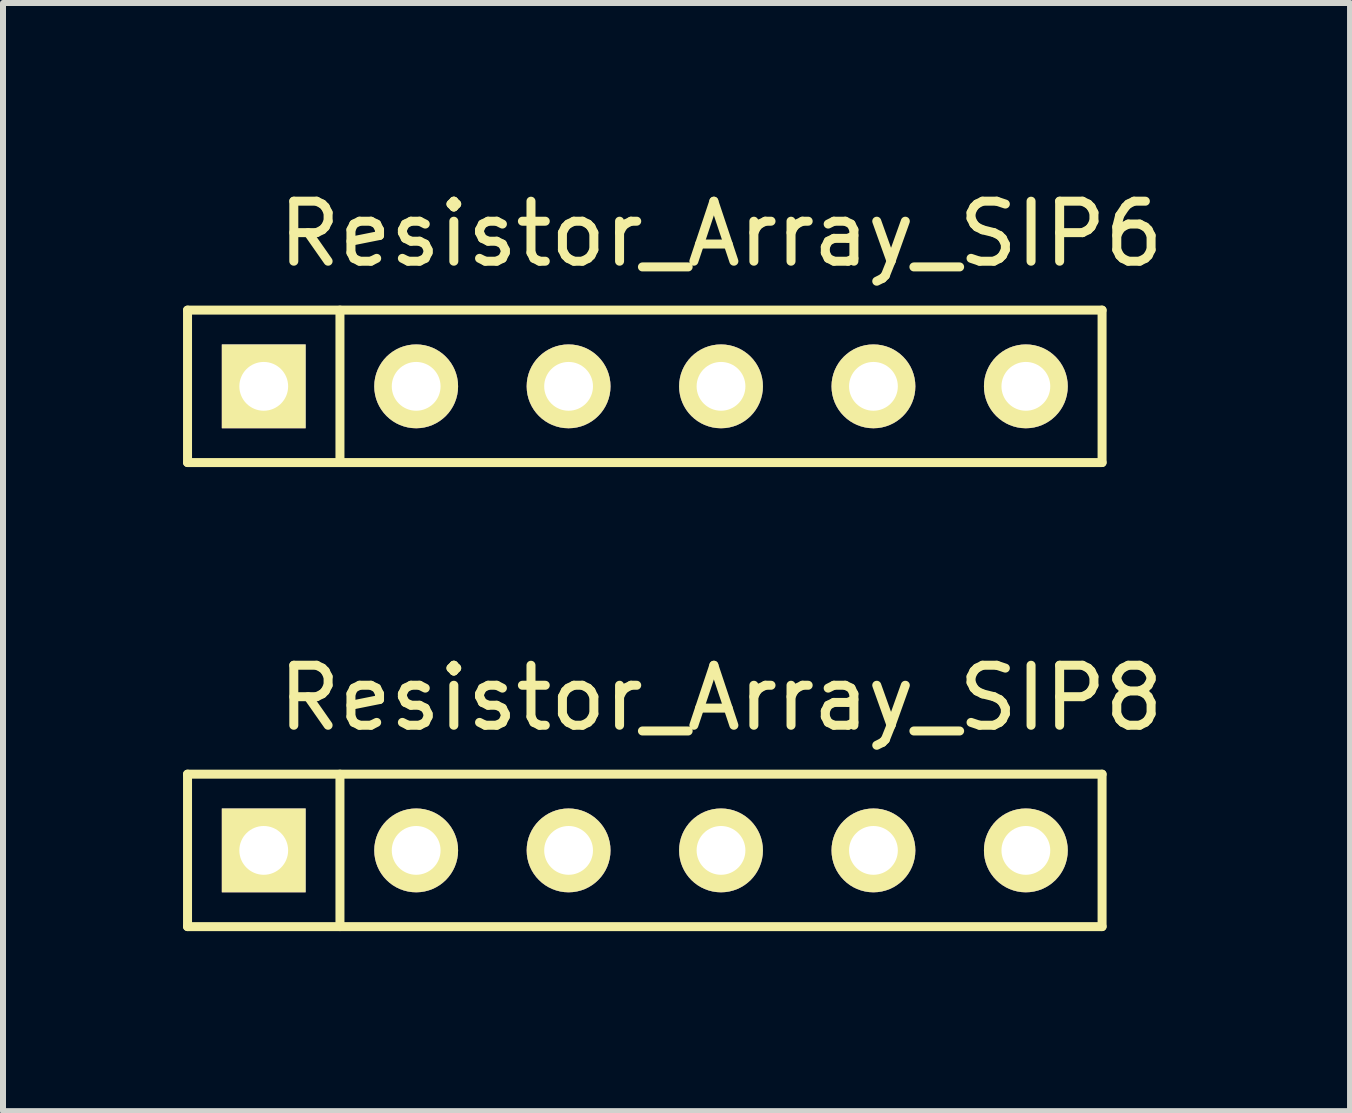
<source format=kicad_pcb>
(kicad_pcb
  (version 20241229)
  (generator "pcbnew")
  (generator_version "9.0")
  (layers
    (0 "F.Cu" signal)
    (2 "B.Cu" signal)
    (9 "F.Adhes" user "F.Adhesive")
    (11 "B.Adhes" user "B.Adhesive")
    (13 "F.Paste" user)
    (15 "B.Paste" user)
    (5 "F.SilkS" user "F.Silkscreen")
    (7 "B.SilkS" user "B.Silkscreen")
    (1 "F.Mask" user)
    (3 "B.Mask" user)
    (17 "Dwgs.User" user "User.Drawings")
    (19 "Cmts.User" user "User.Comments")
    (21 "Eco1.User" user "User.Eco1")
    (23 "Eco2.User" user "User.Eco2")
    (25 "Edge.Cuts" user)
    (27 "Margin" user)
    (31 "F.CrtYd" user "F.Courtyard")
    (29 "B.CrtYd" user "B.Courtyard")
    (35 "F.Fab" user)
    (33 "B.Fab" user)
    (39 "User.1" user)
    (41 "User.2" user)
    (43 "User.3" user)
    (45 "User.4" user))
  (footprint "Resistor_Array_SIP6"
    (layer "F.Cu")
    (at 8.965 3.388)
    (property "Reference" "Resistor_Array_SIP6" (at 0 -2.54 0) (layer "F.SilkS") (effects (font (size 1 1) (thickness 0.15))))
    (attr through_hole)
    (fp_line (start -8.89 -1.27) (end 6.35 -1.27) (stroke (width 0.15) (type solid)) (layer "F.SilkS"))
    (fp_line (start -8.89 1.27) (end -8.89 -1.27) (stroke (width 0.15) (type solid)) (layer "F.SilkS"))
    (fp_line (start -6.35 -1.27) (end -6.35 1.27) (stroke (width 0.15) (type solid)) (layer "F.SilkS"))
    (fp_line (start 6.35 -1.27) (end 6.35 1.27) (stroke (width 0.15) (type solid)) (layer "F.SilkS"))
    (fp_line (start 6.35 1.27) (end -8.89 1.27) (stroke (width 0.15) (type solid)) (layer "F.SilkS"))
    (pad "1" thru_hole rect (at -7.62 0) (size 1.397 1.397) (drill 0.813) (layers "*.Cu" "*.Mask" "F.SilkS"))
    (pad "2" thru_hole circle (at -5.08 0) (size 1.397 1.397) (drill 0.813) (layers "*.Cu" "*.Mask" "F.SilkS"))
    (pad "3" thru_hole circle (at -2.54 0) (size 1.397 1.397) (drill 0.813) (layers "*.Cu" "*.Mask" "F.SilkS"))
    (pad "4" thru_hole circle (at 0 0) (size 1.397 1.397) (drill 0.813) (layers "*.Cu" "*.Mask" "F.SilkS"))
    (pad "5" thru_hole circle (at 2.54 0) (size 1.397 1.397) (drill 0.813) (layers "*.Cu" "*.Mask" "F.SilkS"))
    (pad "6" thru_hole circle (at 5.08 0) (size 1.397 1.397) (drill 0.813) (layers "*.Cu" "*.Mask" "F.SilkS")))
  (footprint "Resistor_Array_SIP8"
    (layer "F.Cu")
    (at 8.965 11.121)
    (property "Reference" "Resistor_Array_SIP8" (at 0 -2.54 0) (layer "F.SilkS") (effects (font (size 1 1) (thickness 0.15))))
    (attr through_hole)
    (fp_line (start -8.89 -1.27) (end 6.35 -1.27) (stroke (width 0.15) (type solid)) (layer "F.SilkS"))
    (fp_line (start -8.89 1.27) (end -8.89 -1.27) (stroke (width 0.15) (type solid)) (layer "F.SilkS"))
    (fp_line (start -6.35 -1.27) (end -6.35 1.27) (stroke (width 0.15) (type solid)) (layer "F.SilkS"))
    (fp_line (start 6.35 -1.27) (end 6.35 1.27) (stroke (width 0.15) (type solid)) (layer "F.SilkS"))
    (fp_line (start 6.35 1.27) (end -8.89 1.27) (stroke (width 0.15) (type solid)) (layer "F.SilkS"))
    (pad "1" thru_hole rect (at -7.62 0) (size 1.397 1.397) (drill 0.813) (layers "*.Cu" "*.Mask" "F.SilkS"))
    (pad "2" thru_hole circle (at -5.08 0) (size 1.397 1.397) (drill 0.813) (layers "*.Cu" "*.Mask" "F.SilkS"))
    (pad "3" thru_hole circle (at -2.54 0) (size 1.397 1.397) (drill 0.813) (layers "*.Cu" "*.Mask" "F.SilkS"))
    (pad "4" thru_hole circle (at 0 0) (size 1.397 1.397) (drill 0.813) (layers "*.Cu" "*.Mask" "F.SilkS"))
    (pad "5" thru_hole circle (at 2.54 0) (size 1.397 1.397) (drill 0.813) (layers "*.Cu" "*.Mask" "F.SilkS"))
    (pad "6" thru_hole circle (at 5.08 0) (size 1.397 1.397) (drill 0.813) (layers "*.Cu" "*.Mask" "F.SilkS")))
  (gr_rect
    (start -3 -3)
    (end 19.447 15.466)
    (stroke (width 0.1) (type default))
    (fill no)
    (layer "Edge.Cuts")))
</source>
